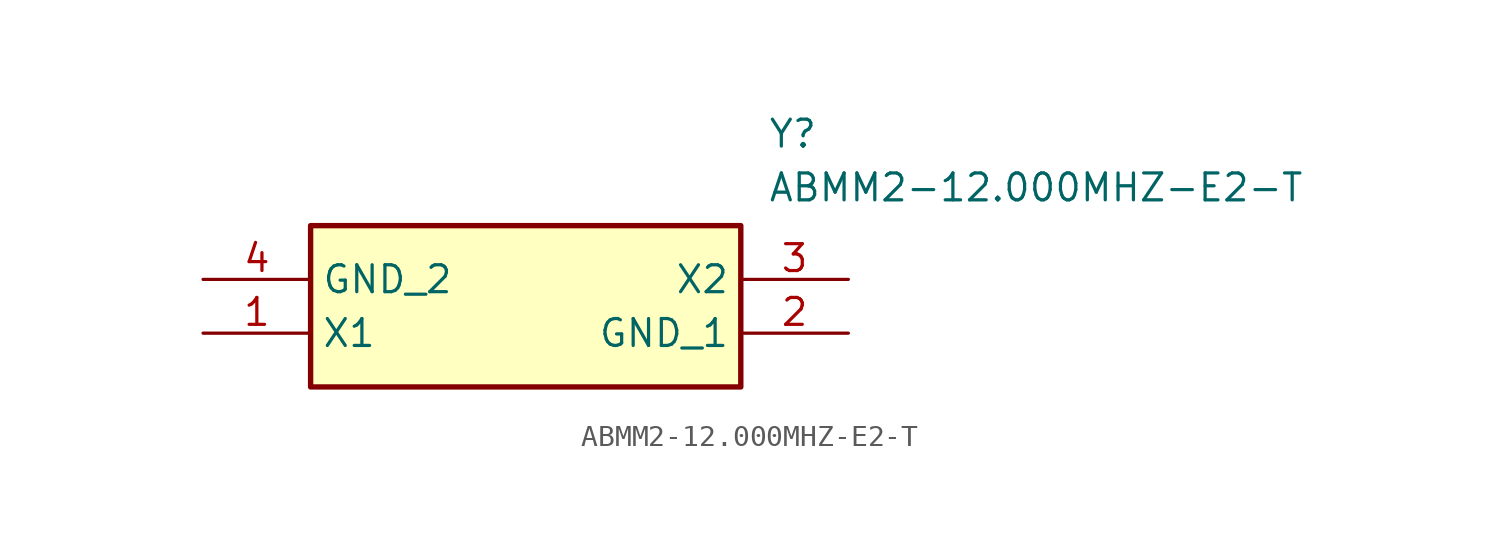
<source format=kicad_sym>
(kicad_symbol_lib
  (version 20211014)
  (generator SamacSys_ECAD_Model)
  (symbol "ABMM2-12.000MHZ-E2-T"
    (property "Reference" "Y"
      (at 26.67 7.62 0)
      (effects (font (size 1.27 1.27)) (justify left top)))
    (property "Value" "ABMM2-12.000MHZ-E2-T"
      (at 26.67 5.08 0)
      (effects (font (size 1.27 1.27)) (justify left top)))
    (rectangle
      (start 5.08 2.54)
      (end 25.4 -5.08)
      (stroke (width 0.254) (type default))
      (fill (type background)))
    (pin passive line
      (at 0 -2.54 0)
      (length 5.08)
      (name "X1" (effects (font (size 1.27 1.27))))
      (number "1" (effects (font (size 1.27 1.27)))))
    (pin passive line
      (at 30.48 -2.54 180)
      (length 5.08)
      (name "GND_1" (effects (font (size 1.27 1.27))))
      (number "2" (effects (font (size 1.27 1.27)))))
    (pin passive line
      (at 30.48 0 180)
      (length 5.08)
      (name "X2" (effects (font (size 1.27 1.27))))
      (number "3" (effects (font (size 1.27 1.27)))))
    (pin passive line
      (at 0 0 0)
      (length 5.08)
      (name "GND_2" (effects (font (size 1.27 1.27))))
      (number "4" (effects (font (size 1.27 1.27)))))))
</source>
